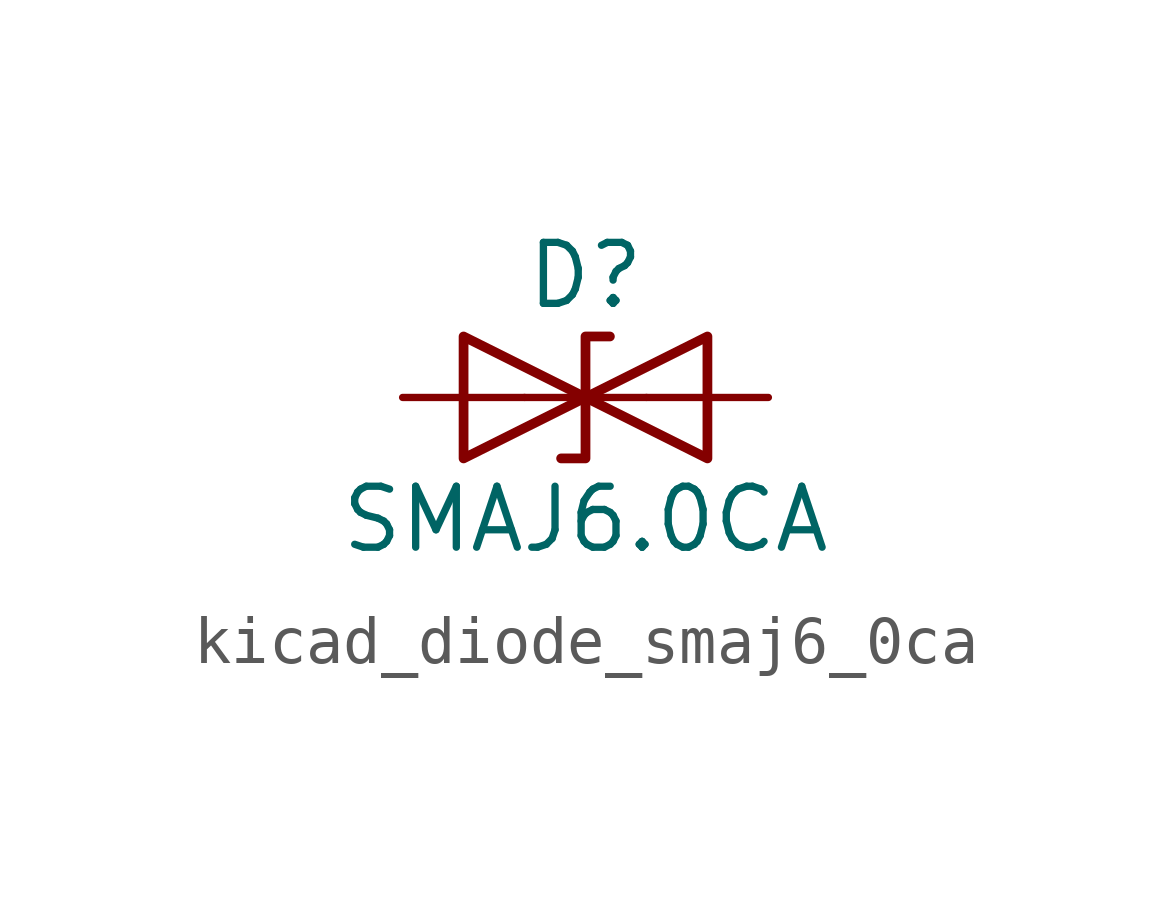
<source format=kicad_sym>
(kicad_symbol_lib
  (version 20220914)
  (generator kicad_symbol_editor)
  (symbol "kicad_diode_smaj6_0ca"
    (pin_numbers hide)
    (pin_names
      (offset 1.016) hide)
    (property "Reference" "D"
      (at 0 2.54 0)
      (effects (font (size 1.27 1.27))))
    (property "Value" "SMAJ6.0CA"
      (at 0 -2.54 0)
      (effects (font (size 1.27 1.27))))
    (symbol "kicad_diode_smaj6_0ca_0_1"
      (polyline (pts (xy 1.27 0) (xy -1.27 0)) (stroke (width 0) (type default)) (fill (type none)))
      (polyline (pts (xy -2.54 -1.27) (xy 0 0) (xy -2.54 1.27) (xy -2.54 -1.27)) (stroke (width 0.203) (type default)) (fill (type none)))
      (polyline (pts (xy 0.508 1.27) (xy 0 1.27) (xy 0 -1.27) (xy -0.508 -1.27)) (stroke (width 0.203) (type default)) (fill (type none)))
      (polyline (pts (xy 2.54 1.27) (xy 2.54 -1.27) (xy 0 0) (xy 2.54 1.27)) (stroke (width 0.203) (type default)) (fill (type none))))
    (symbol "kicad_diode_smaj6_0ca_1_1"
      (pin passive line (at -3.81 0 0) (length 2.54) (name "A1" (effects (font (size 1.27 1.27)))) (number "1" (effects (font (size 1.27 1.27)))))
      (pin passive line (at 3.81 0 180) (length 2.54) (name "A2" (effects (font (size 1.27 1.27)))) (number "2" (effects (font (size 1.27 1.27))))))))
</source>
